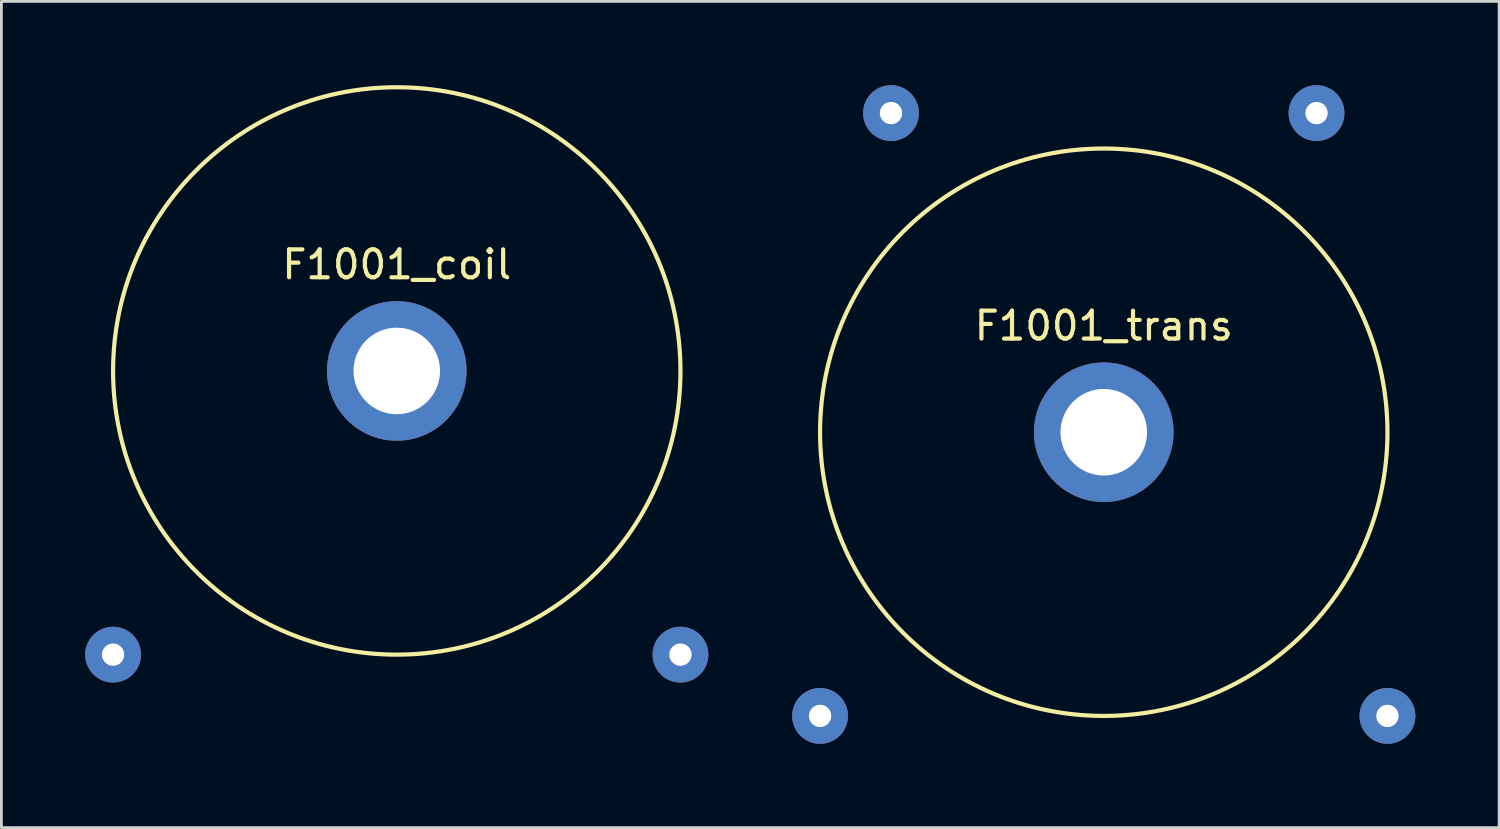
<source format=kicad_pcb>
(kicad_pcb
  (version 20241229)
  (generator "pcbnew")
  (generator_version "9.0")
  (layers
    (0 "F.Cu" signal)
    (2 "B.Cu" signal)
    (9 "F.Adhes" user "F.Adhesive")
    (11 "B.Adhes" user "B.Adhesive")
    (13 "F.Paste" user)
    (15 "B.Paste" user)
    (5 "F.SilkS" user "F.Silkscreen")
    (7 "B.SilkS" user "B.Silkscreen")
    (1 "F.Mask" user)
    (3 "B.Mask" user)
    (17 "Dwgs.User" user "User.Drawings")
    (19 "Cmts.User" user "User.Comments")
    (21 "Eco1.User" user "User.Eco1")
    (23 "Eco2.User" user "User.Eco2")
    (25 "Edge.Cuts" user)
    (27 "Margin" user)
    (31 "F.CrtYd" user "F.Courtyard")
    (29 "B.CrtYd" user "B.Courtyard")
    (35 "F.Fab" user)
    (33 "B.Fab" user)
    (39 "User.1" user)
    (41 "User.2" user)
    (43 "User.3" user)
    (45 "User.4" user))
  (footprint "F1001_coil"
    (layer "F.Cu")
    (at 11.16 10.235)
    (property "Reference" "F1001_coil" (at 0 -3.81 0) (layer "F.SilkS") (effects (font (size 1 1) (thickness 0.15))))
    (attr through_hole)
    (fp_circle (center 0 0) (end 10.16 0) (stroke (width 0.15) (type solid)) (fill no) (layer "F.SilkS"))
    (pad "1" thru_hole circle (at -10.16 10.16) (size 2 2) (drill 0.8) (layers "*.Cu" "*.Mask"))
    (pad "2" thru_hole circle (at 10.16 10.16) (size 2 2) (drill 0.8) (layers "*.Cu" "*.Mask"))
    (pad "~" thru_hole circle (at 0 0) (size 5 5) (drill 3.1) (layers "*.Cu" "*.Mask")))
  (footprint "F1001_trans"
    (layer "F.Cu")
    (at 36.48 12.43)
    (property "Reference" "F1001_trans" (at 0 -3.81 0) (layer "F.SilkS") (effects (font (size 1 1) (thickness 0.15))))
    (attr through_hole)
    (fp_circle (center 0 0) (end 10.16 0) (stroke (width 0.15) (type solid)) (fill no) (layer "F.SilkS"))
    (pad "1" thru_hole circle (at -10.16 10.16) (size 2 2) (drill 0.8) (layers "*.Cu" "*.Mask"))
    (pad "2" thru_hole circle (at 10.16 10.16) (size 2 2) (drill 0.8) (layers "*.Cu" "*.Mask"))
    (pad "3" thru_hole circle (at 7.62 -11.43) (size 2 2) (drill 0.8) (layers "*.Cu" "*.Mask"))
    (pad "4" thru_hole circle (at -7.62 -11.43) (size 2 2) (drill 0.8) (layers "*.Cu" "*.Mask"))
    (pad "~" thru_hole circle (at 0 0) (size 5 5) (drill 3.1) (layers "*.Cu" "*.Mask")))
  (gr_rect
    (start -3 -3)
    (end 50.64 26.59)
    (stroke (width 0.1) (type default))
    (fill no)
    (layer "Edge.Cuts")))
</source>
